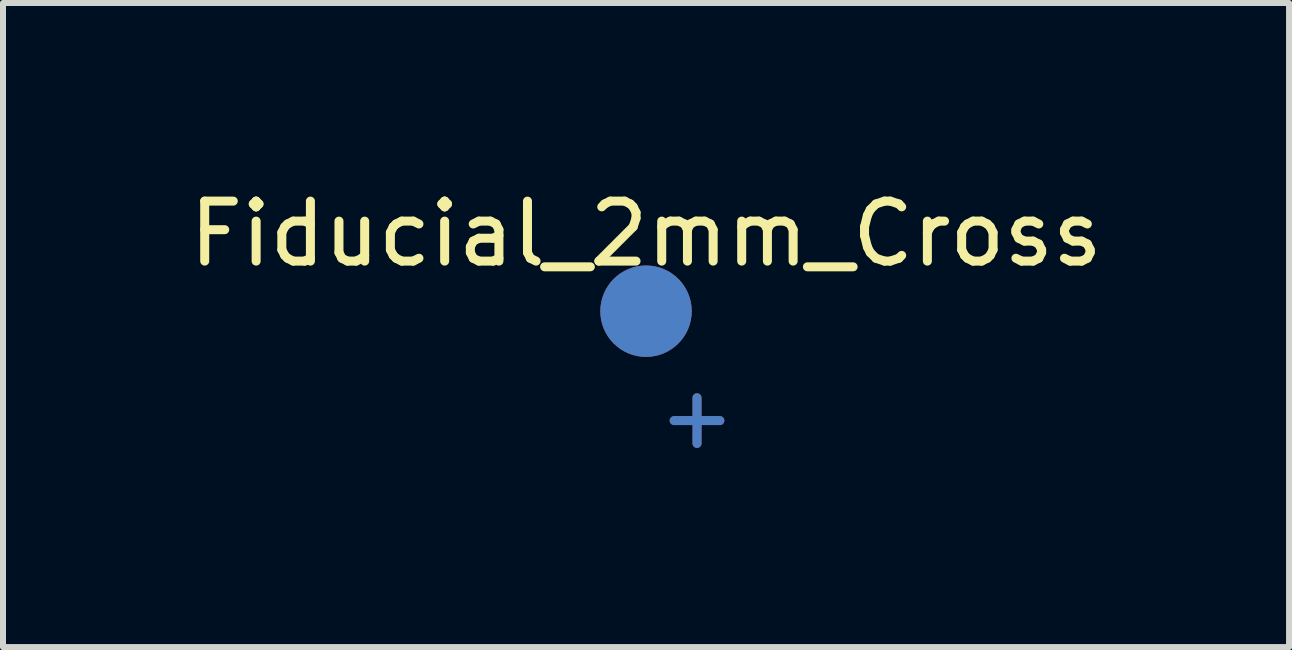
<source format=kicad_pcb>
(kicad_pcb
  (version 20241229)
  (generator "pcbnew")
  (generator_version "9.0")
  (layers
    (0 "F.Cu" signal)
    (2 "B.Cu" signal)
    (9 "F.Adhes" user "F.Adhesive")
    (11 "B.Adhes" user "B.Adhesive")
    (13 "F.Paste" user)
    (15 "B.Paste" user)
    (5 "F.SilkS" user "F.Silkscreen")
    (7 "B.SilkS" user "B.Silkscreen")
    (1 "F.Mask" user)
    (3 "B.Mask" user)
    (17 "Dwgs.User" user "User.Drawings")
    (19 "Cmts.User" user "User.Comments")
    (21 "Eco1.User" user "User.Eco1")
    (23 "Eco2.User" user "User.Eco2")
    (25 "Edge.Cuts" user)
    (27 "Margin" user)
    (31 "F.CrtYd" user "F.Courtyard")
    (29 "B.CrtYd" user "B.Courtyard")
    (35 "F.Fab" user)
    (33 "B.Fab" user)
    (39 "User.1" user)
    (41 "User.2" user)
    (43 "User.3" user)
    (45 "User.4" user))
  (footprint "Fiducial_2mm_Cross"
    (layer "F.Cu")
    (at 7.72 3.388)
    (property "Reference" "Fiducial_2mm_Cross" (at 0 -2.54 0) (layer "F.SilkS") (effects (font (size 1 1) (thickness 0.15))))
    (attr through_hole)
    (fp_text user "+" (at 0.85 0.5 0) (layer "F.Cu") (effects (font (size 1 1) (thickness 0.15))))
    (fp_text user "+" (at 0.85 0.5 0) (layer "F.Mask") (effects (font (size 1 1) (thickness 0.15))))
    (fp_text user "+" (at 0.85 0.5 0) (layer "B.Cu") (effects (font (size 1 1) (thickness 0.15))))
    (fp_text user "+" (at 0.85 0.5 0) (layer "B.Mask") (effects (font (size 1 1) (thickness 0.15))))
    (pad "1" smd circle (at 0 -1.25) (size 1.524 1.524) (layers "F.Cu" "F.Mask" "F.Paste"))
    (pad "1" smd circle (at 0 -1.25) (size 1.524 1.524) (layers "B.Cu" "B.Mask")))
  (gr_rect
    (start -3 -3)
    (end 18.44 7.737)
    (stroke (width 0.1) (type default))
    (fill no)
    (layer "Edge.Cuts")))
</source>
